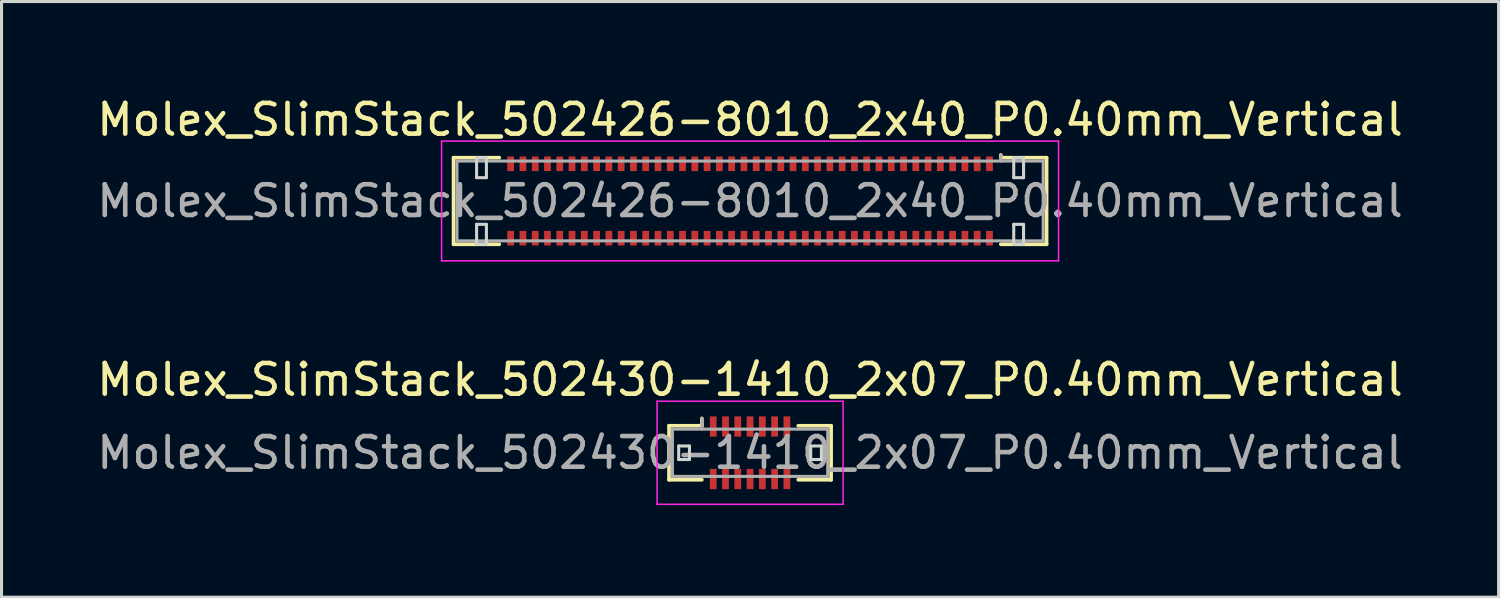
<source format=kicad_pcb>
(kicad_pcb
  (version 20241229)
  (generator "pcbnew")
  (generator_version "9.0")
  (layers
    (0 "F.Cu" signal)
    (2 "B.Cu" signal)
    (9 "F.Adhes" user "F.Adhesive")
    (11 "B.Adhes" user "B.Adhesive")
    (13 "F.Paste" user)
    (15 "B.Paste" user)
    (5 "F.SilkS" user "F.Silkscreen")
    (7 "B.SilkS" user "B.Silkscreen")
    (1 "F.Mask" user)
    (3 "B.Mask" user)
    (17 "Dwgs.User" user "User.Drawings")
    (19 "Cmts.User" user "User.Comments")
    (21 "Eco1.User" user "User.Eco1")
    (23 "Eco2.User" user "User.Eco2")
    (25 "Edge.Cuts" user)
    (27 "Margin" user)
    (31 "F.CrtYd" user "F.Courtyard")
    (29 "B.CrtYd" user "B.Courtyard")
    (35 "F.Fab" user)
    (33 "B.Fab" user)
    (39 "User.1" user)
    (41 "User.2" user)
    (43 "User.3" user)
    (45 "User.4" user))
  (footprint "Molex_SlimStack_502430-1410_2x07_P0.40mm_Vertical"
    (layer "F.Cu")
    (at 21.387 11.701)
    (property "Reference" "Molex_SlimStack_502430-1410_2x07_P0.40mm_Vertical" (at 0 -2.38 0) (layer "F.SilkS") (effects (font (size 1 1) (thickness 0.15))))
    (attr smd)
    (fp_line (start -2.64 -0.88) (end -1.57 -0.88) (stroke (width 0.12) (type solid)) (layer "F.SilkS"))
    (fp_line (start -2.64 0.88) (end -2.64 -0.88) (stroke (width 0.12) (type solid)) (layer "F.SilkS"))
    (fp_line (start -1.57 -0.88) (end -1.57 -1.12) (stroke (width 0.12) (type solid)) (layer "F.SilkS"))
    (fp_line (start -1.57 0.88) (end -2.64 0.88) (stroke (width 0.12) (type solid)) (layer "F.SilkS"))
    (fp_line (start 1.57 0.88) (end 2.64 0.88) (stroke (width 0.12) (type solid)) (layer "F.SilkS"))
    (fp_line (start 2.64 -0.88) (end 1.57 -0.88) (stroke (width 0.12) (type solid)) (layer "F.SilkS"))
    (fp_line (start 2.64 0.88) (end 2.64 -0.88) (stroke (width 0.12) (type solid)) (layer "F.SilkS"))
    (fp_line (start -2.325 -0.22) (end -2.325 0.22) (stroke (width 0.1) (type solid)) (layer "Edge.Cuts"))
    (fp_line (start -2.325 0.22) (end -1.975 0.22) (stroke (width 0.1) (type solid)) (layer "Edge.Cuts"))
    (fp_line (start -1.975 -0.22) (end -2.325 -0.22) (stroke (width 0.1) (type solid)) (layer "Edge.Cuts"))
    (fp_line (start -1.975 0.22) (end -1.975 -0.22) (stroke (width 0.1) (type solid)) (layer "Edge.Cuts"))
    (fp_line (start 1.975 -0.22) (end 1.975 0.22) (stroke (width 0.1) (type solid)) (layer "Edge.Cuts"))
    (fp_line (start 1.975 0.22) (end 2.325 0.22) (stroke (width 0.1) (type solid)) (layer "Edge.Cuts"))
    (fp_line (start 2.325 -0.22) (end 1.975 -0.22) (stroke (width 0.1) (type solid)) (layer "Edge.Cuts"))
    (fp_line (start 2.325 0.22) (end 2.325 -0.22) (stroke (width 0.1) (type solid)) (layer "Edge.Cuts"))
    (fp_line (start -3.03 -1.68) (end -3.03 1.68) (stroke (width 0.05) (type solid)) (layer "F.CrtYd"))
    (fp_line (start -3.03 1.68) (end 3.03 1.68) (stroke (width 0.05) (type solid)) (layer "F.CrtYd"))
    (fp_line (start 3.03 -1.68) (end -3.03 -1.68) (stroke (width 0.05) (type solid)) (layer "F.CrtYd"))
    (fp_line (start 3.03 1.68) (end 3.03 -1.68) (stroke (width 0.05) (type solid)) (layer "F.CrtYd"))
    (fp_line (start -2.53 -0.77) (end -2.53 0.77) (stroke (width 0.1) (type solid)) (layer "F.Fab"))
    (fp_line (start -2.53 0.77) (end 2.53 0.77) (stroke (width 0.1) (type solid)) (layer "F.Fab"))
    (fp_line (start -1.57 -0.77) (end -1.57 -1.12) (stroke (width 0.1) (type solid)) (layer "F.Fab"))
    (fp_line (start 2.53 -0.77) (end -2.53 -0.77) (stroke (width 0.1) (type solid)) (layer "F.Fab"))
    (fp_line (start 2.53 0.77) (end 2.53 -0.77) (stroke (width 0.1) (type solid)) (layer "F.Fab"))
    (fp_text user "${REFERENCE}" (at 0 0 0) (layer "F.Fab") (effects (font (size 1 1) (thickness 0.15))))
    (pad "1" smd rect (at -1.2 -0.855) (size 0.22 0.66) (layers "F.Cu" "F.Mask" "F.Paste"))
    (pad "2" smd rect (at -1.2 0.855) (size 0.22 0.66) (layers "F.Cu" "F.Mask" "F.Paste"))
    (pad "3" smd rect (at -0.8 -0.855) (size 0.22 0.66) (layers "F.Cu" "F.Mask" "F.Paste"))
    (pad "4" smd rect (at -0.8 0.855) (size 0.22 0.66) (layers "F.Cu" "F.Mask" "F.Paste"))
    (pad "5" smd rect (at -0.4 -0.855) (size 0.22 0.66) (layers "F.Cu" "F.Mask" "F.Paste"))
    (pad "6" smd rect (at -0.4 0.855) (size 0.22 0.66) (layers "F.Cu" "F.Mask" "F.Paste"))
    (pad "7" smd rect (at 0 -0.855) (size 0.22 0.66) (layers "F.Cu" "F.Mask" "F.Paste"))
    (pad "8" smd rect (at 0 0.855) (size 0.22 0.66) (layers "F.Cu" "F.Mask" "F.Paste"))
    (pad "9" smd rect (at 0.4 -0.855) (size 0.22 0.66) (layers "F.Cu" "F.Mask" "F.Paste"))
    (pad "10" smd rect (at 0.4 0.855) (size 0.22 0.66) (layers "F.Cu" "F.Mask" "F.Paste"))
    (pad "11" smd rect (at 0.8 -0.855) (size 0.22 0.66) (layers "F.Cu" "F.Mask" "F.Paste"))
    (pad "12" smd rect (at 0.8 0.855) (size 0.22 0.66) (layers "F.Cu" "F.Mask" "F.Paste"))
    (pad "13" smd rect (at 1.2 -0.855) (size 0.22 0.66) (layers "F.Cu" "F.Mask" "F.Paste"))
    (pad "14" smd rect (at 1.2 0.855) (size 0.22 0.66) (layers "F.Cu" "F.Mask" "F.Paste")))
  (footprint "Molex_SlimStack_502426-8010_2x40_P0.40mm_Vertical"
    (layer "F.Cu")
    (at 21.387 3.498)
    (property "Reference" "Molex_SlimStack_502426-8010_2x40_P0.40mm_Vertical" (at 0 -2.65 0) (layer "F.SilkS") (effects (font (size 1 1) (thickness 0.15))))
    (attr smd)
    (fp_line (start -9.66 -1.41) (end -8.17 -1.41) (stroke (width 0.12) (type solid)) (layer "F.SilkS"))
    (fp_line (start -9.66 1.41) (end -9.66 -1.41) (stroke (width 0.12) (type solid)) (layer "F.SilkS"))
    (fp_line (start -8.17 1.41) (end -9.66 1.41) (stroke (width 0.12) (type solid)) (layer "F.SilkS"))
    (fp_line (start 8.17 -1.41) (end 8.17 -1.5) (stroke (width 0.12) (type solid)) (layer "F.SilkS"))
    (fp_line (start 8.17 1.41) (end 9.66 1.41) (stroke (width 0.12) (type solid)) (layer "F.SilkS"))
    (fp_line (start 9.66 -1.41) (end 8.17 -1.41) (stroke (width 0.12) (type solid)) (layer "F.SilkS"))
    (fp_line (start 9.66 1.41) (end 9.66 -1.41) (stroke (width 0.12) (type solid)) (layer "F.SilkS"))
    (fp_line (start -8.91 -1.41) (end -8.91 -0.76) (stroke (width 0.1) (type solid)) (layer "Edge.Cuts"))
    (fp_line (start -8.91 -0.76) (end -8.59 -0.76) (stroke (width 0.1) (type solid)) (layer "Edge.Cuts"))
    (fp_line (start -8.91 0.76) (end -8.91 1.41) (stroke (width 0.1) (type solid)) (layer "Edge.Cuts"))
    (fp_line (start -8.91 1.41) (end -8.59 1.41) (stroke (width 0.1) (type solid)) (layer "Edge.Cuts"))
    (fp_line (start -8.59 -1.41) (end -8.91 -1.41) (stroke (width 0.1) (type solid)) (layer "Edge.Cuts"))
    (fp_line (start -8.59 -0.76) (end -8.59 -1.41) (stroke (width 0.1) (type solid)) (layer "Edge.Cuts"))
    (fp_line (start -8.59 0.76) (end -8.91 0.76) (stroke (width 0.1) (type solid)) (layer "Edge.Cuts"))
    (fp_line (start -8.59 1.41) (end -8.59 0.76) (stroke (width 0.1) (type solid)) (layer "Edge.Cuts"))
    (fp_line (start 8.59 -1.41) (end 8.59 -0.76) (stroke (width 0.1) (type solid)) (layer "Edge.Cuts"))
    (fp_line (start 8.59 -0.76) (end 8.91 -0.76) (stroke (width 0.1) (type solid)) (layer "Edge.Cuts"))
    (fp_line (start 8.59 0.76) (end 8.59 1.41) (stroke (width 0.1) (type solid)) (layer "Edge.Cuts"))
    (fp_line (start 8.59 1.41) (end 8.91 1.41) (stroke (width 0.1) (type solid)) (layer "Edge.Cuts"))
    (fp_line (start 8.91 -1.41) (end 8.59 -1.41) (stroke (width 0.1) (type solid)) (layer "Edge.Cuts"))
    (fp_line (start 8.91 -0.76) (end 8.91 -1.41) (stroke (width 0.1) (type solid)) (layer "Edge.Cuts"))
    (fp_line (start 8.91 0.76) (end 8.59 0.76) (stroke (width 0.1) (type solid)) (layer "Edge.Cuts"))
    (fp_line (start 8.91 1.41) (end 8.91 0.76) (stroke (width 0.1) (type solid)) (layer "Edge.Cuts"))
    (fp_line (start -10.05 -1.95) (end -10.05 1.95) (stroke (width 0.05) (type solid)) (layer "F.CrtYd"))
    (fp_line (start -10.05 1.95) (end 10.05 1.95) (stroke (width 0.05) (type solid)) (layer "F.CrtYd"))
    (fp_line (start 10.05 -1.95) (end -10.05 -1.95) (stroke (width 0.05) (type solid)) (layer "F.CrtYd"))
    (fp_line (start 10.05 1.95) (end 10.05 -1.95) (stroke (width 0.05) (type solid)) (layer "F.CrtYd"))
    (fp_line (start -9.55 -1.3) (end -9.55 1.3) (stroke (width 0.1) (type solid)) (layer "F.Fab"))
    (fp_line (start -9.55 1.3) (end 9.55 1.3) (stroke (width 0.1) (type solid)) (layer "F.Fab"))
    (fp_line (start 8.17 -1.3) (end 8.17 -1.5) (stroke (width 0.1) (type solid)) (layer "F.Fab"))
    (fp_line (start 9.55 -1.3) (end -9.55 -1.3) (stroke (width 0.1) (type solid)) (layer "F.Fab"))
    (fp_line (start 9.55 1.3) (end 9.55 -1.3) (stroke (width 0.1) (type solid)) (layer "F.Fab"))
    (fp_text user "${REFERENCE}" (at 0 0 0) (layer "F.Fab") (effects (font (size 1 1) (thickness 0.15))))
    (pad "1" smd rect (at 7.8 -1.212) (size 0.22 0.475) (layers "F.Cu" "F.Mask" "F.Paste"))
    (pad "2" smd rect (at 7.8 1.212) (size 0.22 0.475) (layers "F.Cu" "F.Mask" "F.Paste"))
    (pad "3" smd rect (at 7.4 -1.212) (size 0.22 0.475) (layers "F.Cu" "F.Mask" "F.Paste"))
    (pad "4" smd rect (at 7.4 1.212) (size 0.22 0.475) (layers "F.Cu" "F.Mask" "F.Paste"))
    (pad "5" smd rect (at 7 -1.212) (size 0.22 0.475) (layers "F.Cu" "F.Mask" "F.Paste"))
    (pad "6" smd rect (at 7 1.212) (size 0.22 0.475) (layers "F.Cu" "F.Mask" "F.Paste"))
    (pad "7" smd rect (at 6.6 -1.212) (size 0.22 0.475) (layers "F.Cu" "F.Mask" "F.Paste"))
    (pad "8" smd rect (at 6.6 1.212) (size 0.22 0.475) (layers "F.Cu" "F.Mask" "F.Paste"))
    (pad "9" smd rect (at 6.2 -1.212) (size 0.22 0.475) (layers "F.Cu" "F.Mask" "F.Paste"))
    (pad "10" smd rect (at 6.2 1.212) (size 0.22 0.475) (layers "F.Cu" "F.Mask" "F.Paste"))
    (pad "11" smd rect (at 5.8 -1.212) (size 0.22 0.475) (layers "F.Cu" "F.Mask" "F.Paste"))
    (pad "12" smd rect (at 5.8 1.212) (size 0.22 0.475) (layers "F.Cu" "F.Mask" "F.Paste"))
    (pad "13" smd rect (at 5.4 -1.212) (size 0.22 0.475) (layers "F.Cu" "F.Mask" "F.Paste"))
    (pad "14" smd rect (at 5.4 1.212) (size 0.22 0.475) (layers "F.Cu" "F.Mask" "F.Paste"))
    (pad "15" smd rect (at 5 -1.212) (size 0.22 0.475) (layers "F.Cu" "F.Mask" "F.Paste"))
    (pad "16" smd rect (at 5 1.212) (size 0.22 0.475) (layers "F.Cu" "F.Mask" "F.Paste"))
    (pad "17" smd rect (at 4.6 -1.212) (size 0.22 0.475) (layers "F.Cu" "F.Mask" "F.Paste"))
    (pad "18" smd rect (at 4.6 1.212) (size 0.22 0.475) (layers "F.Cu" "F.Mask" "F.Paste"))
    (pad "19" smd rect (at 4.2 -1.212) (size 0.22 0.475) (layers "F.Cu" "F.Mask" "F.Paste"))
    (pad "20" smd rect (at 4.2 1.212) (size 0.22 0.475) (layers "F.Cu" "F.Mask" "F.Paste"))
    (pad "21" smd rect (at 3.8 -1.212) (size 0.22 0.475) (layers "F.Cu" "F.Mask" "F.Paste"))
    (pad "22" smd rect (at 3.8 1.212) (size 0.22 0.475) (layers "F.Cu" "F.Mask" "F.Paste"))
    (pad "23" smd rect (at 3.4 -1.212) (size 0.22 0.475) (layers "F.Cu" "F.Mask" "F.Paste"))
    (pad "24" smd rect (at 3.4 1.212) (size 0.22 0.475) (layers "F.Cu" "F.Mask" "F.Paste"))
    (pad "25" smd rect (at 3 -1.212) (size 0.22 0.475) (layers "F.Cu" "F.Mask" "F.Paste"))
    (pad "26" smd rect (at 3 1.212) (size 0.22 0.475) (layers "F.Cu" "F.Mask" "F.Paste"))
    (pad "27" smd rect (at 2.6 -1.212) (size 0.22 0.475) (layers "F.Cu" "F.Mask" "F.Paste"))
    (pad "28" smd rect (at 2.6 1.212) (size 0.22 0.475) (layers "F.Cu" "F.Mask" "F.Paste"))
    (pad "29" smd rect (at 2.2 -1.212) (size 0.22 0.475) (layers "F.Cu" "F.Mask" "F.Paste"))
    (pad "30" smd rect (at 2.2 1.212) (size 0.22 0.475) (layers "F.Cu" "F.Mask" "F.Paste"))
    (pad "31" smd rect (at 1.8 -1.212) (size 0.22 0.475) (layers "F.Cu" "F.Mask" "F.Paste"))
    (pad "32" smd rect (at 1.8 1.212) (size 0.22 0.475) (layers "F.Cu" "F.Mask" "F.Paste"))
    (pad "33" smd rect (at 1.4 -1.212) (size 0.22 0.475) (layers "F.Cu" "F.Mask" "F.Paste"))
    (pad "34" smd rect (at 1.4 1.212) (size 0.22 0.475) (layers "F.Cu" "F.Mask" "F.Paste"))
    (pad "35" smd rect (at 1 -1.212) (size 0.22 0.475) (layers "F.Cu" "F.Mask" "F.Paste"))
    (pad "36" smd rect (at 1 1.212) (size 0.22 0.475) (layers "F.Cu" "F.Mask" "F.Paste"))
    (pad "37" smd rect (at 0.6 -1.212) (size 0.22 0.475) (layers "F.Cu" "F.Mask" "F.Paste"))
    (pad "38" smd rect (at 0.6 1.212) (size 0.22 0.475) (layers "F.Cu" "F.Mask" "F.Paste"))
    (pad "39" smd rect (at 0.2 -1.212) (size 0.22 0.475) (layers "F.Cu" "F.Mask" "F.Paste"))
    (pad "40" smd rect (at 0.2 1.212) (size 0.22 0.475) (layers "F.Cu" "F.Mask" "F.Paste"))
    (pad "41" smd rect (at -0.2 -1.212) (size 0.22 0.475) (layers "F.Cu" "F.Mask" "F.Paste"))
    (pad "42" smd rect (at -0.2 1.212) (size 0.22 0.475) (layers "F.Cu" "F.Mask" "F.Paste"))
    (pad "43" smd rect (at -0.6 -1.212) (size 0.22 0.475) (layers "F.Cu" "F.Mask" "F.Paste"))
    (pad "44" smd rect (at -0.6 1.212) (size 0.22 0.475) (layers "F.Cu" "F.Mask" "F.Paste"))
    (pad "45" smd rect (at -1 -1.212) (size 0.22 0.475) (layers "F.Cu" "F.Mask" "F.Paste"))
    (pad "46" smd rect (at -1 1.212) (size 0.22 0.475) (layers "F.Cu" "F.Mask" "F.Paste"))
    (pad "47" smd rect (at -1.4 -1.212) (size 0.22 0.475) (layers "F.Cu" "F.Mask" "F.Paste"))
    (pad "48" smd rect (at -1.4 1.212) (size 0.22 0.475) (layers "F.Cu" "F.Mask" "F.Paste"))
    (pad "49" smd rect (at -1.8 -1.212) (size 0.22 0.475) (layers "F.Cu" "F.Mask" "F.Paste"))
    (pad "50" smd rect (at -1.8 1.212) (size 0.22 0.475) (layers "F.Cu" "F.Mask" "F.Paste"))
    (pad "51" smd rect (at -2.2 -1.212) (size 0.22 0.475) (layers "F.Cu" "F.Mask" "F.Paste"))
    (pad "52" smd rect (at -2.2 1.212) (size 0.22 0.475) (layers "F.Cu" "F.Mask" "F.Paste"))
    (pad "53" smd rect (at -2.6 -1.212) (size 0.22 0.475) (layers "F.Cu" "F.Mask" "F.Paste"))
    (pad "54" smd rect (at -2.6 1.212) (size 0.22 0.475) (layers "F.Cu" "F.Mask" "F.Paste"))
    (pad "55" smd rect (at -3 -1.212) (size 0.22 0.475) (layers "F.Cu" "F.Mask" "F.Paste"))
    (pad "56" smd rect (at -3 1.212) (size 0.22 0.475) (layers "F.Cu" "F.Mask" "F.Paste"))
    (pad "57" smd rect (at -3.4 -1.212) (size 0.22 0.475) (layers "F.Cu" "F.Mask" "F.Paste"))
    (pad "58" smd rect (at -3.4 1.212) (size 0.22 0.475) (layers "F.Cu" "F.Mask" "F.Paste"))
    (pad "59" smd rect (at -3.8 -1.212) (size 0.22 0.475) (layers "F.Cu" "F.Mask" "F.Paste"))
    (pad "60" smd rect (at -3.8 1.212) (size 0.22 0.475) (layers "F.Cu" "F.Mask" "F.Paste"))
    (pad "61" smd rect (at -4.2 -1.212) (size 0.22 0.475) (layers "F.Cu" "F.Mask" "F.Paste"))
    (pad "62" smd rect (at -4.2 1.212) (size 0.22 0.475) (layers "F.Cu" "F.Mask" "F.Paste"))
    (pad "63" smd rect (at -4.6 -1.212) (size 0.22 0.475) (layers "F.Cu" "F.Mask" "F.Paste"))
    (pad "64" smd rect (at -4.6 1.212) (size 0.22 0.475) (layers "F.Cu" "F.Mask" "F.Paste"))
    (pad "65" smd rect (at -5 -1.212) (size 0.22 0.475) (layers "F.Cu" "F.Mask" "F.Paste"))
    (pad "66" smd rect (at -5 1.212) (size 0.22 0.475) (layers "F.Cu" "F.Mask" "F.Paste"))
    (pad "67" smd rect (at -5.4 -1.212) (size 0.22 0.475) (layers "F.Cu" "F.Mask" "F.Paste"))
    (pad "68" smd rect (at -5.4 1.212) (size 0.22 0.475) (layers "F.Cu" "F.Mask" "F.Paste"))
    (pad "69" smd rect (at -5.8 -1.212) (size 0.22 0.475) (layers "F.Cu" "F.Mask" "F.Paste"))
    (pad "70" smd rect (at -5.8 1.212) (size 0.22 0.475) (layers "F.Cu" "F.Mask" "F.Paste"))
    (pad "71" smd rect (at -6.2 -1.212) (size 0.22 0.475) (layers "F.Cu" "F.Mask" "F.Paste"))
    (pad "72" smd rect (at -6.2 1.212) (size 0.22 0.475) (layers "F.Cu" "F.Mask" "F.Paste"))
    (pad "73" smd rect (at -6.6 -1.212) (size 0.22 0.475) (layers "F.Cu" "F.Mask" "F.Paste"))
    (pad "74" smd rect (at -6.6 1.212) (size 0.22 0.475) (layers "F.Cu" "F.Mask" "F.Paste"))
    (pad "75" smd rect (at -7 -1.212) (size 0.22 0.475) (layers "F.Cu" "F.Mask" "F.Paste"))
    (pad "76" smd rect (at -7 1.212) (size 0.22 0.475) (layers "F.Cu" "F.Mask" "F.Paste"))
    (pad "77" smd rect (at -7.4 -1.212) (size 0.22 0.475) (layers "F.Cu" "F.Mask" "F.Paste"))
    (pad "78" smd rect (at -7.4 1.212) (size 0.22 0.475) (layers "F.Cu" "F.Mask" "F.Paste"))
    (pad "79" smd rect (at -7.8 -1.212) (size 0.22 0.475) (layers "F.Cu" "F.Mask" "F.Paste"))
    (pad "80" smd rect (at -7.8 1.212) (size 0.22 0.475) (layers "F.Cu" "F.Mask" "F.Paste")))
  (gr_rect
    (start -3 -3)
    (end 45.774 16.407)
    (stroke (width 0.1) (type default))
    (fill no)
    (layer "Edge.Cuts")))
</source>
